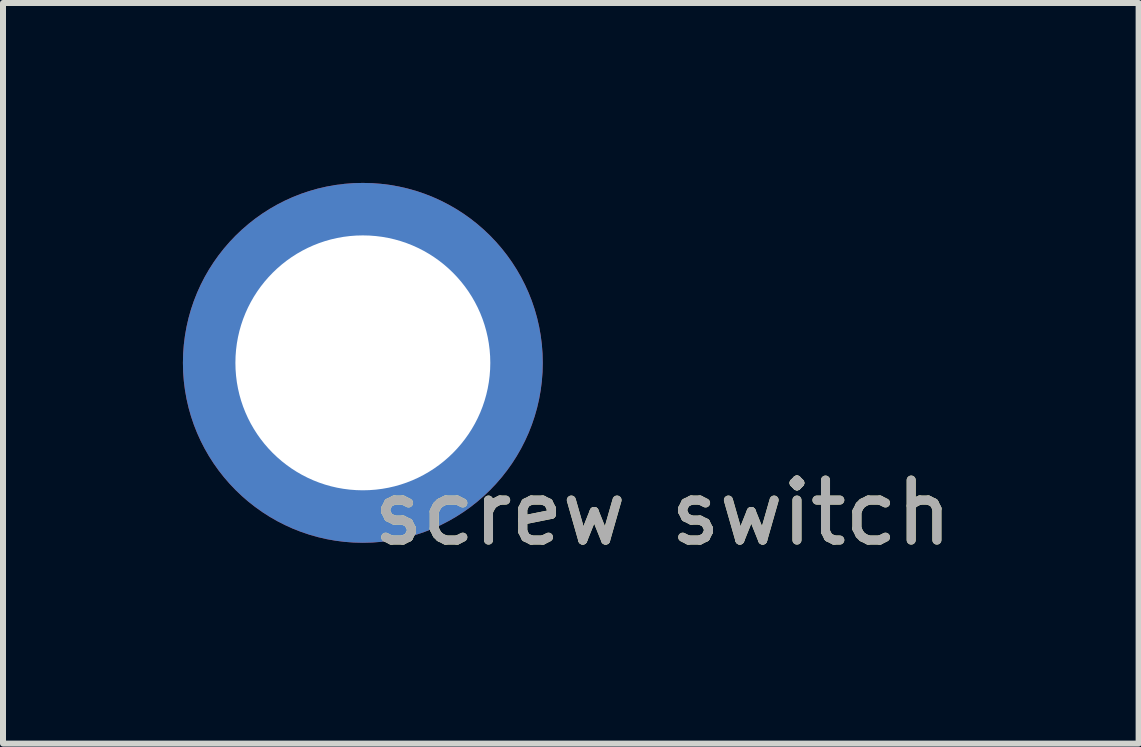
<source format=kicad_pcb>
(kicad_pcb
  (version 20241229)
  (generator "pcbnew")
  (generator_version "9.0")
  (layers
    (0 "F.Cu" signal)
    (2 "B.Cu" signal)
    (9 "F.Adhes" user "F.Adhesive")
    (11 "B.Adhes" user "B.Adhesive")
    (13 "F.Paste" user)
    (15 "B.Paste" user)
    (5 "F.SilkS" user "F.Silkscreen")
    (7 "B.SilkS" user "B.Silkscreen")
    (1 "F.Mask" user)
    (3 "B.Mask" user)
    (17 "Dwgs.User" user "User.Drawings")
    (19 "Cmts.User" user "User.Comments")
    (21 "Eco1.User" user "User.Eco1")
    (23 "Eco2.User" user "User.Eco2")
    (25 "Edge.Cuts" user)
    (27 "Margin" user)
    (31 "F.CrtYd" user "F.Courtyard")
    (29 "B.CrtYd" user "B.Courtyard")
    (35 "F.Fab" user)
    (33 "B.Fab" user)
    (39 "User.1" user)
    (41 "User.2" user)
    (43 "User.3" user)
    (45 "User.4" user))
  (footprint "screw switch"
    (layer "F.Cu")
    (at 3 3)
    (property "Reference" "screw switch" (at 5 2.5 0) (unlocked yes) (layer "F.SilkS") (effects (font (size 1 1) (thickness 0.15))))
    (attr through_hole)
    (fp_text user "${REFERENCE}" (at 5 2.5 0) (unlocked yes) (layer "F.Fab") (effects (font (size 1 1) (thickness 0.15))))
    (pad "" np_thru_hole circle (at 0 0) (size 6 6) (drill 4.25) (layers "*.Cu" "*.Mask")))
  (gr_rect
    (start -3 -3)
    (end 15.935 9.348)
    (stroke (width 0.1) (type default))
    (fill no)
    (layer "Edge.Cuts")))
</source>
